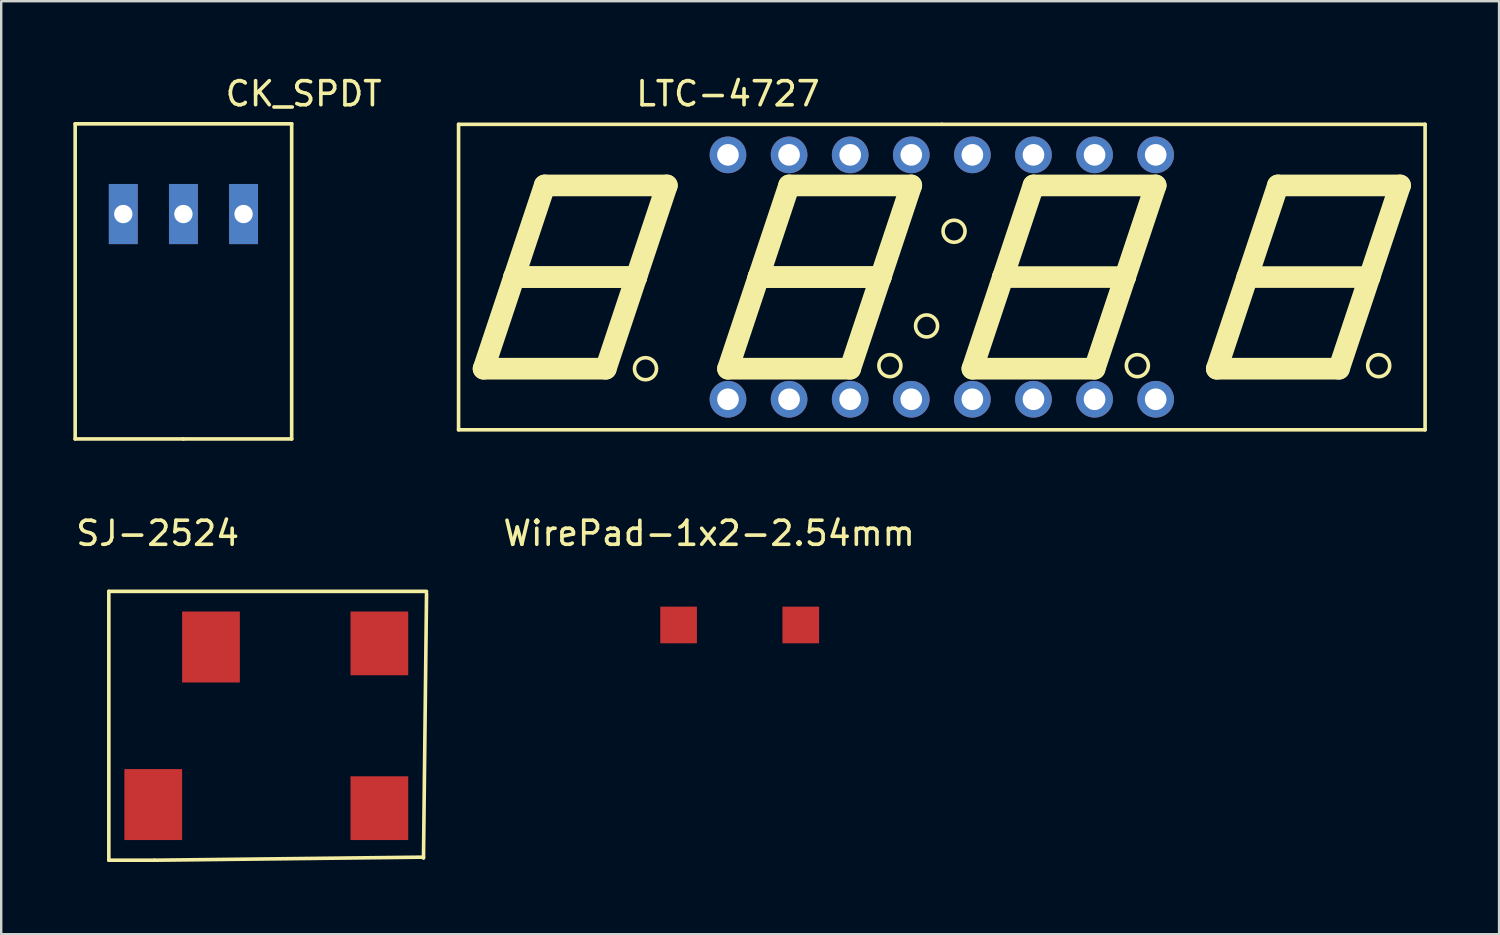
<source format=kicad_pcb>
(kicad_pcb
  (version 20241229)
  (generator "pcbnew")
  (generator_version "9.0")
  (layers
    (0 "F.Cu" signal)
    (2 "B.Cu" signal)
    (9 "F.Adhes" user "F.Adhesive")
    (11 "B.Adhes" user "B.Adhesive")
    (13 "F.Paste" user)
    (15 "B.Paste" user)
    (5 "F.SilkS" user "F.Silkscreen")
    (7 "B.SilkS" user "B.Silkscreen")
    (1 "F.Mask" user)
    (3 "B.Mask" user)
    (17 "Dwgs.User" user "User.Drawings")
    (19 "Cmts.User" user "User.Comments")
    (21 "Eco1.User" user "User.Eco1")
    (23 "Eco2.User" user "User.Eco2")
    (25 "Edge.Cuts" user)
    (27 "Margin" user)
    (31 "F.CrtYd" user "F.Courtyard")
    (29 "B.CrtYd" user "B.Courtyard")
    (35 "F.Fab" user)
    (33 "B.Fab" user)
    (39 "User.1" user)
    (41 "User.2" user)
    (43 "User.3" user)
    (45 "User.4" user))
  (footprint "LTC-4727"
    (layer "F.Cu")
    (at 36.103 8.468)
    (property "Reference" "LTC-4727" (at -8.89 -7.62 0) (layer "F.SilkS") (effects (font (size 1 1) (thickness 0.15))))
    (attr through_hole)
    (fp_line (start -20.09 -6.35) (end -20.09 6.35) (stroke (width 0.15) (type solid)) (layer "F.SilkS"))
    (fp_line (start -20.09 6.35) (end 20.09 6.35) (stroke (width 0.15) (type solid)) (layer "F.SilkS"))
    (fp_line (start -19.05 3.81) (end -17.78 0) (stroke (width 0.9) (type solid)) (layer "F.SilkS"))
    (fp_line (start -17.78 0) (end -16.51 -3.81) (stroke (width 0.9) (type solid)) (layer "F.SilkS"))
    (fp_line (start -17.78 0) (end -12.7 0) (stroke (width 0.9) (type solid)) (layer "F.SilkS"))
    (fp_line (start -16.51 -3.81) (end -11.43 -3.81) (stroke (width 0.9) (type solid)) (layer "F.SilkS"))
    (fp_line (start -13.97 3.81) (end -19.05 3.81) (stroke (width 0.9) (type solid)) (layer "F.SilkS"))
    (fp_line (start -12.7 0) (end -17.78 0) (stroke (width 0.9) (type solid)) (layer "F.SilkS"))
    (fp_line (start -12.7 0) (end -13.97 3.81) (stroke (width 0.9) (type solid)) (layer "F.SilkS"))
    (fp_line (start -11.43 -3.81) (end -12.7 0) (stroke (width 0.9) (type solid)) (layer "F.SilkS"))
    (fp_line (start -8.89 3.81) (end -3.81 3.81) (stroke (width 0.9) (type solid)) (layer "F.SilkS"))
    (fp_line (start -7.62 0) (end -8.89 3.81) (stroke (width 0.9) (type solid)) (layer "F.SilkS"))
    (fp_line (start -7.62 0) (end -2.54 0) (stroke (width 0.9) (type solid)) (layer "F.SilkS"))
    (fp_line (start -6.35 -3.81) (end -7.62 0) (stroke (width 0.9) (type solid)) (layer "F.SilkS"))
    (fp_line (start -6.35 -3.81) (end -1.27 -3.81) (stroke (width 0.9) (type solid)) (layer "F.SilkS"))
    (fp_line (start -3.81 3.81) (end -2.54 0) (stroke (width 0.9) (type solid)) (layer "F.SilkS"))
    (fp_line (start -2.54 0) (end -7.62 0) (stroke (width 0.9) (type solid)) (layer "F.SilkS"))
    (fp_line (start -2.54 0) (end -1.27 -3.81) (stroke (width 0.9) (type solid)) (layer "F.SilkS"))
    (fp_line (start 0 -6.35) (end -20.09 -6.35) (stroke (width 0.15) (type solid)) (layer "F.SilkS"))
    (fp_line (start 1.27 3.81) (end 2.54 0) (stroke (width 0.9) (type solid)) (layer "F.SilkS"))
    (fp_line (start 2.54 0) (end 3.81 -3.81) (stroke (width 0.9) (type solid)) (layer "F.SilkS"))
    (fp_line (start 2.54 0) (end 7.62 0) (stroke (width 0.9) (type solid)) (layer "F.SilkS"))
    (fp_line (start 3.81 -3.81) (end 8.89 -3.81) (stroke (width 0.9) (type solid)) (layer "F.SilkS"))
    (fp_line (start 6.35 3.81) (end 1.27 3.81) (stroke (width 0.9) (type solid)) (layer "F.SilkS"))
    (fp_line (start 7.62 0) (end 6.35 3.81) (stroke (width 0.9) (type solid)) (layer "F.SilkS"))
    (fp_line (start 8.89 -3.81) (end 7.62 0) (stroke (width 0.9) (type solid)) (layer "F.SilkS"))
    (fp_line (start 11.43 3.81) (end 12.7 0) (stroke (width 0.9) (type solid)) (layer "F.SilkS"))
    (fp_line (start 12.7 0) (end 13.97 -3.81) (stroke (width 0.9) (type solid)) (layer "F.SilkS"))
    (fp_line (start 12.7 0) (end 17.78 0) (stroke (width 0.9) (type solid)) (layer "F.SilkS"))
    (fp_line (start 13.97 -3.81) (end 19.05 -3.81) (stroke (width 0.9) (type solid)) (layer "F.SilkS"))
    (fp_line (start 16.51 3.81) (end 11.43 3.81) (stroke (width 0.9) (type solid)) (layer "F.SilkS"))
    (fp_line (start 17.78 0) (end 16.51 3.81) (stroke (width 0.9) (type solid)) (layer "F.SilkS"))
    (fp_line (start 19.05 -3.81) (end 17.78 0) (stroke (width 0.9) (type solid)) (layer "F.SilkS"))
    (fp_line (start 20.09 -6.35) (end 0 -6.35) (stroke (width 0.15) (type solid)) (layer "F.SilkS"))
    (fp_line (start 20.09 6.35) (end 20.09 -6.35) (stroke (width 0.15) (type solid)) (layer "F.SilkS"))
    (fp_circle (center -12.319 3.81) (end -12.065 4.191) (stroke (width 0.15) (type solid)) (fill no) (layer "F.SilkS"))
    (fp_circle (center -2.159 3.683) (end -1.905 4.064) (stroke (width 0.15) (type solid)) (fill no) (layer "F.SilkS"))
    (fp_circle (center -0.635 2.032) (end -0.254 2.286) (stroke (width 0.15) (type solid)) (fill no) (layer "F.SilkS"))
    (fp_circle (center 0.508 -1.905) (end 0.889 -1.651) (stroke (width 0.15) (type solid)) (fill no) (layer "F.SilkS"))
    (fp_circle (center 8.128 3.683) (end 8.382 4.064) (stroke (width 0.15) (type solid)) (fill no) (layer "F.SilkS"))
    (fp_circle (center 18.161 3.683) (end 18.415 4.064) (stroke (width 0.15) (type solid)) (fill no) (layer "F.SilkS"))
    (pad "1" thru_hole circle (at -8.89 5.08) (size 1.524 1.524) (drill 0.9) (layers "*.Cu" "*.Mask"))
    (pad "2" thru_hole circle (at -6.35 5.08) (size 1.524 1.524) (drill 0.9) (layers "*.Cu" "*.Mask"))
    (pad "3" thru_hole circle (at -3.81 5.08) (size 1.524 1.524) (drill 0.9) (layers "*.Cu" "*.Mask"))
    (pad "4" thru_hole circle (at -1.27 5.08) (size 1.524 1.524) (drill 0.9) (layers "*.Cu" "*.Mask"))
    (pad "5" thru_hole circle (at 1.27 5.08) (size 1.524 1.524) (drill 0.9) (layers "*.Cu" "*.Mask"))
    (pad "6" thru_hole circle (at 3.81 5.08) (size 1.524 1.524) (drill 0.9) (layers "*.Cu" "*.Mask"))
    (pad "7" thru_hole circle (at 6.35 5.08) (size 1.524 1.524) (drill 0.9) (layers "*.Cu" "*.Mask"))
    (pad "8" thru_hole circle (at 8.89 5.08) (size 1.524 1.524) (drill 0.9) (layers "*.Cu" "*.Mask"))
    (pad "9" thru_hole circle (at 8.89 -5.08) (size 1.524 1.524) (drill 0.9) (layers "*.Cu" "*.Mask"))
    (pad "10" thru_hole circle (at 6.35 -5.08) (size 1.524 1.524) (drill 0.9) (layers "*.Cu" "*.Mask"))
    (pad "11" thru_hole circle (at 3.81 -5.08) (size 1.524 1.524) (drill 0.9) (layers "*.Cu" "*.Mask"))
    (pad "12" thru_hole circle (at 1.27 -5.08) (size 1.524 1.524) (drill 0.9) (layers "*.Cu" "*.Mask"))
    (pad "13" thru_hole circle (at -1.27 -5.08) (size 1.524 1.524) (drill 0.9) (layers "*.Cu" "*.Mask"))
    (pad "14" thru_hole circle (at -3.81 -5.08) (size 1.524 1.524) (drill 0.9) (layers "*.Cu" "*.Mask"))
    (pad "15" thru_hole circle (at -6.35 -5.08) (size 1.524 1.524) (drill 0.9) (layers "*.Cu" "*.Mask"))
    (pad "16" thru_hole circle (at -8.89 -5.08) (size 1.524 1.524) (drill 0.9) (layers "*.Cu" "*.Mask")))
  (footprint "CK_SPDT"
    (layer "F.Cu")
    (at 4.575 5.848)
    (property "Reference" "CK_SPDT" (at 5 -5 0) (layer "F.SilkS") (effects (font (size 1 1) (thickness 0.15))))
    (attr through_hole)
    (fp_line (start -4.5 -3.75) (end -4.5 9.35) (stroke (width 0.15) (type solid)) (layer "F.SilkS"))
    (fp_line (start -4.5 -3.75) (end 4.5 -3.75) (stroke (width 0.15) (type solid)) (layer "F.SilkS"))
    (fp_line (start 0 9.35) (end -4.5 9.35) (stroke (width 0.15) (type solid)) (layer "F.SilkS"))
    (fp_line (start 0 9.35) (end 4.5 9.35) (stroke (width 0.15) (type solid)) (layer "F.SilkS"))
    (fp_line (start 4.5 -3.75) (end 4.5 9.35) (stroke (width 0.15) (type solid)) (layer "F.SilkS"))
    (pad "1" thru_hole rect (at -2.5 0) (size 1.2 2.5) (drill 0.762) (layers "*.Cu" "*.Mask"))
    (pad "2" thru_hole rect (at 0 0) (size 1.2 2.5) (drill 0.762) (layers "*.Cu" "*.Mask"))
    (pad "3" thru_hole rect (at 2.5 0) (size 1.2 2.5) (drill 0.762) (layers "*.Cu" "*.Mask")))
  (footprint "SJ-2524"
    (layer "F.Cu")
    (at 9.221 27.122)
    (property "Reference" "SJ-2524" (at -5.715 -8.001 0) (layer "F.SilkS") (effects (font (size 1 1) (thickness 0.15))))
    (attr through_hole)
    (fp_line (start -7.747 -5.588) (end 5.461 -5.588) (stroke (width 0.15) (type solid)) (layer "F.SilkS"))
    (fp_line (start -7.747 5.588) (end -7.747 -5.588) (stroke (width 0.15) (type solid)) (layer "F.SilkS"))
    (fp_line (start -5.842 5.588) (end -7.747 5.588) (stroke (width 0.15) (type solid)) (layer "F.SilkS"))
    (fp_line (start 5.334 5.461) (end -5.842 5.588) (stroke (width 0.15) (type solid)) (layer "F.SilkS"))
    (fp_line (start 5.461 -5.5) (end 5.334 5.5) (stroke (width 0.15) (type solid)) (layer "F.SilkS"))
    (pad "1" smd rect (at -5.9 3.275) (size 2.4 2.95) (layers "F.Cu" "F.Mask" "F.Paste"))
    (pad "2" smd rect (at 3.5 3.425) (size 2.4 2.65) (layers "F.Cu" "F.Mask" "F.Paste"))
    (pad "3" smd rect (at -3.5 -3.275) (size 2.4 2.95) (layers "F.Cu" "F.Mask" "F.Paste"))
    (pad "4" smd rect (at 3.5 -3.425) (size 2.4 2.65) (layers "F.Cu" "F.Mask" "F.Paste")))
  (footprint "WirePad-1x2-2.54mm"
    (layer "F.Cu")
    (at 27.7 22.931)
    (property "Reference" "WirePad-1x2-2.54mm" (at -1.27 -3.81 0) (layer "F.SilkS") (effects (font (size 1 1) (thickness 0.15))))
    (attr through_hole)
    (pad "1" smd rect (at -2.54 0) (size 1.524 1.524) (layers "F.Cu" "F.Mask" "F.Paste"))
    (pad "2" smd rect (at 2.54 0) (size 1.524 1.524) (layers "F.Cu" "F.Mask" "F.Paste")))
  (gr_rect
    (start -3 -3)
    (end 59.268 35.785)
    (stroke (width 0.1) (type default))
    (fill no)
    (layer "Edge.Cuts")))
</source>
